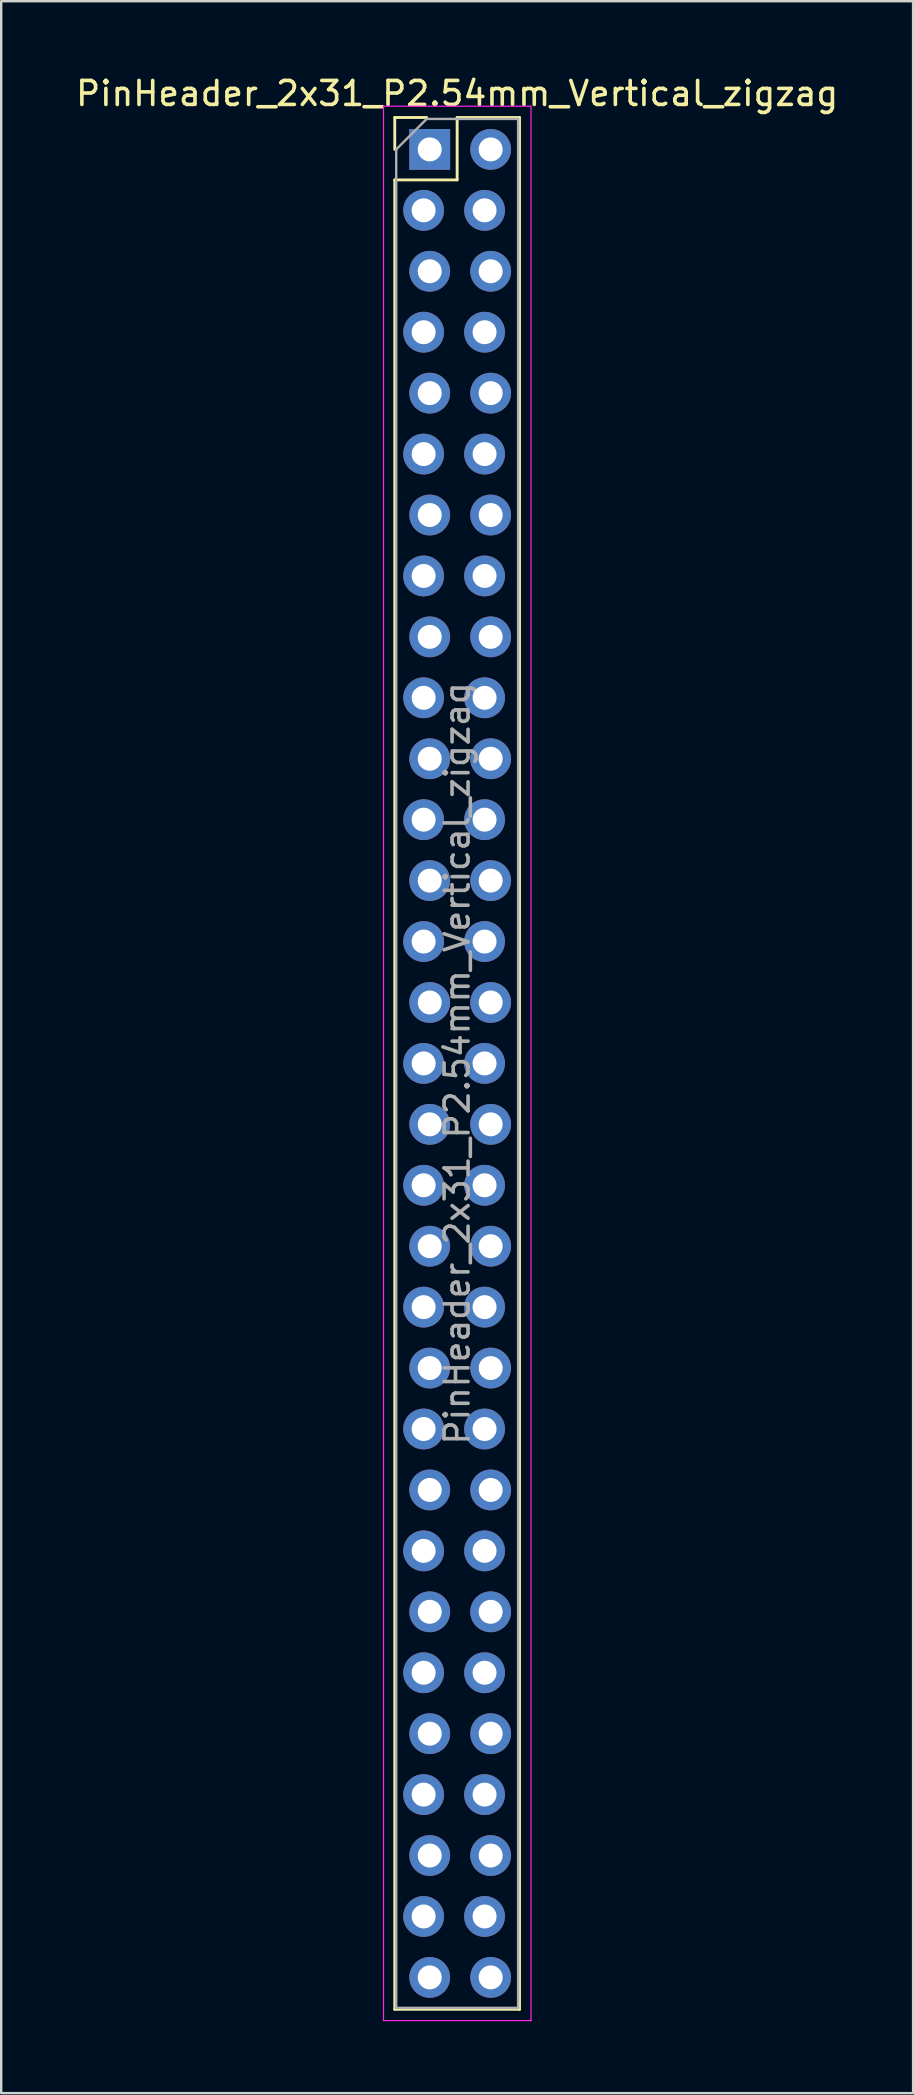
<source format=kicad_pcb>
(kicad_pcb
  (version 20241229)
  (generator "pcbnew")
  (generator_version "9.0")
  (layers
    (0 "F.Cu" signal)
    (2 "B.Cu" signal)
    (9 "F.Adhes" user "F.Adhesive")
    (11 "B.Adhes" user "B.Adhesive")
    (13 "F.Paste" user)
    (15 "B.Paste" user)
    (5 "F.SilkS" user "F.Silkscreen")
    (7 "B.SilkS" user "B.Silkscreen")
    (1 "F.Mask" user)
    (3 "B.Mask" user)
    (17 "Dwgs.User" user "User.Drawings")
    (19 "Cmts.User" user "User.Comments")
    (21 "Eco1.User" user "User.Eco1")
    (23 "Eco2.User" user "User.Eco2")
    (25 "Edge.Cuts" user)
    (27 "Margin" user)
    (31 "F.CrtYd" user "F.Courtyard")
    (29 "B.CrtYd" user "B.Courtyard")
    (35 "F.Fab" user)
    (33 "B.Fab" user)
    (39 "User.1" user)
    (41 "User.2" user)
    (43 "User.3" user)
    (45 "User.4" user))
  (footprint "PinHeader_2x31_P2.54mm_Vertical_zigzag"
    (layer "F.Cu")
    (at 14.736 3.178)
    (property "Reference" "PinHeader_2x31_P2.54mm_Vertical_zigzag" (at 1.27 -2.33 0) (layer "F.SilkS") (effects (font (size 1 1) (thickness 0.15))))
    (attr through_hole)
    (fp_line (start -1.33 -1.33) (end 0 -1.33) (stroke (width 0.12) (type solid)) (layer "F.SilkS"))
    (fp_line (start -1.33 0) (end -1.33 -1.33) (stroke (width 0.12) (type solid)) (layer "F.SilkS"))
    (fp_line (start -1.33 1.27) (end -1.33 77.53) (stroke (width 0.12) (type solid)) (layer "F.SilkS"))
    (fp_line (start -1.33 1.27) (end 1.27 1.27) (stroke (width 0.12) (type solid)) (layer "F.SilkS"))
    (fp_line (start -1.33 77.53) (end 3.87 77.53) (stroke (width 0.12) (type solid)) (layer "F.SilkS"))
    (fp_line (start 1.27 -1.33) (end 3.87 -1.33) (stroke (width 0.12) (type solid)) (layer "F.SilkS"))
    (fp_line (start 1.27 1.27) (end 1.27 -1.33) (stroke (width 0.12) (type solid)) (layer "F.SilkS"))
    (fp_line (start 3.87 -1.33) (end 3.87 77.53) (stroke (width 0.12) (type solid)) (layer "F.SilkS"))
    (fp_line (start -1.8 -1.8) (end -1.8 78) (stroke (width 0.05) (type solid)) (layer "F.CrtYd"))
    (fp_line (start -1.8 78) (end 4.35 78) (stroke (width 0.05) (type solid)) (layer "F.CrtYd"))
    (fp_line (start 4.35 -1.8) (end -1.8 -1.8) (stroke (width 0.05) (type solid)) (layer "F.CrtYd"))
    (fp_line (start 4.35 78) (end 4.35 -1.8) (stroke (width 0.05) (type solid)) (layer "F.CrtYd"))
    (fp_line (start -1.27 0) (end 0 -1.27) (stroke (width 0.1) (type solid)) (layer "F.Fab"))
    (fp_line (start -1.27 77.47) (end -1.27 0) (stroke (width 0.1) (type solid)) (layer "F.Fab"))
    (fp_line (start 0 -1.27) (end 3.81 -1.27) (stroke (width 0.1) (type solid)) (layer "F.Fab"))
    (fp_line (start 3.81 -1.27) (end 3.81 77.47) (stroke (width 0.1) (type solid)) (layer "F.Fab"))
    (fp_line (start 3.81 77.47) (end -1.27 77.47) (stroke (width 0.1) (type solid)) (layer "F.Fab"))
    (fp_text user "${REFERENCE}" (at 1.27 38.1 90) (layer "F.Fab") (effects (font (size 1 1) (thickness 0.15))))
    (pad "1" thru_hole rect (at 0.127 0) (size 1.7 1.7) (drill 1) (layers "*.Cu" "*.Mask"))
    (pad "2" thru_hole oval (at 2.667 0) (size 1.7 1.7) (drill 1) (layers "*.Cu" "*.Mask"))
    (pad "3" thru_hole oval (at -0.127 2.54) (size 1.7 1.7) (drill 1) (layers "*.Cu" "*.Mask"))
    (pad "4" thru_hole oval (at 2.413 2.54) (size 1.7 1.7) (drill 1) (layers "*.Cu" "*.Mask"))
    (pad "5" thru_hole oval (at 0.127 5.08) (size 1.7 1.7) (drill 1) (layers "*.Cu" "*.Mask"))
    (pad "6" thru_hole oval (at 2.667 5.08) (size 1.7 1.7) (drill 1) (layers "*.Cu" "*.Mask"))
    (pad "7" thru_hole oval (at -0.127 7.62) (size 1.7 1.7) (drill 1) (layers "*.Cu" "*.Mask"))
    (pad "8" thru_hole oval (at 2.413 7.62) (size 1.7 1.7) (drill 1) (layers "*.Cu" "*.Mask"))
    (pad "9" thru_hole oval (at 0.127 10.16) (size 1.7 1.7) (drill 1) (layers "*.Cu" "*.Mask"))
    (pad "10" thru_hole oval (at 2.667 10.16) (size 1.7 1.7) (drill 1) (layers "*.Cu" "*.Mask"))
    (pad "11" thru_hole oval (at -0.127 12.7) (size 1.7 1.7) (drill 1) (layers "*.Cu" "*.Mask"))
    (pad "12" thru_hole oval (at 2.413 12.7) (size 1.7 1.7) (drill 1) (layers "*.Cu" "*.Mask"))
    (pad "13" thru_hole oval (at 0.127 15.24) (size 1.7 1.7) (drill 1) (layers "*.Cu" "*.Mask"))
    (pad "14" thru_hole oval (at 2.667 15.24) (size 1.7 1.7) (drill 1) (layers "*.Cu" "*.Mask"))
    (pad "15" thru_hole oval (at -0.127 17.78) (size 1.7 1.7) (drill 1) (layers "*.Cu" "*.Mask"))
    (pad "16" thru_hole oval (at 2.413 17.78) (size 1.7 1.7) (drill 1) (layers "*.Cu" "*.Mask"))
    (pad "17" thru_hole oval (at 0.127 20.32) (size 1.7 1.7) (drill 1) (layers "*.Cu" "*.Mask"))
    (pad "18" thru_hole oval (at 2.667 20.32) (size 1.7 1.7) (drill 1) (layers "*.Cu" "*.Mask"))
    (pad "19" thru_hole oval (at -0.127 22.86) (size 1.7 1.7) (drill 1) (layers "*.Cu" "*.Mask"))
    (pad "20" thru_hole oval (at 2.413 22.86) (size 1.7 1.7) (drill 1) (layers "*.Cu" "*.Mask"))
    (pad "21" thru_hole oval (at 0.127 25.4) (size 1.7 1.7) (drill 1) (layers "*.Cu" "*.Mask"))
    (pad "22" thru_hole oval (at 2.667 25.4) (size 1.7 1.7) (drill 1) (layers "*.Cu" "*.Mask"))
    (pad "23" thru_hole oval (at -0.127 27.94) (size 1.7 1.7) (drill 1) (layers "*.Cu" "*.Mask"))
    (pad "24" thru_hole oval (at 2.413 27.94) (size 1.7 1.7) (drill 1) (layers "*.Cu" "*.Mask"))
    (pad "25" thru_hole oval (at 0.127 30.48) (size 1.7 1.7) (drill 1) (layers "*.Cu" "*.Mask"))
    (pad "26" thru_hole oval (at 2.667 30.48) (size 1.7 1.7) (drill 1) (layers "*.Cu" "*.Mask"))
    (pad "27" thru_hole oval (at -0.127 33.02) (size 1.7 1.7) (drill 1) (layers "*.Cu" "*.Mask"))
    (pad "28" thru_hole oval (at 2.413 33.02) (size 1.7 1.7) (drill 1) (layers "*.Cu" "*.Mask"))
    (pad "29" thru_hole oval (at 0.127 35.56) (size 1.7 1.7) (drill 1) (layers "*.Cu" "*.Mask"))
    (pad "30" thru_hole oval (at 2.667 35.56) (size 1.7 1.7) (drill 1) (layers "*.Cu" "*.Mask"))
    (pad "31" thru_hole oval (at -0.127 38.1) (size 1.7 1.7) (drill 1) (layers "*.Cu" "*.Mask"))
    (pad "32" thru_hole oval (at 2.413 38.1) (size 1.7 1.7) (drill 1) (layers "*.Cu" "*.Mask"))
    (pad "33" thru_hole oval (at 0.127 40.64) (size 1.7 1.7) (drill 1) (layers "*.Cu" "*.Mask"))
    (pad "34" thru_hole oval (at 2.667 40.64) (size 1.7 1.7) (drill 1) (layers "*.Cu" "*.Mask"))
    (pad "35" thru_hole oval (at -0.127 43.18) (size 1.7 1.7) (drill 1) (layers "*.Cu" "*.Mask"))
    (pad "36" thru_hole oval (at 2.413 43.18) (size 1.7 1.7) (drill 1) (layers "*.Cu" "*.Mask"))
    (pad "37" thru_hole oval (at 0.127 45.72) (size 1.7 1.7) (drill 1) (layers "*.Cu" "*.Mask"))
    (pad "38" thru_hole oval (at 2.667 45.72) (size 1.7 1.7) (drill 1) (layers "*.Cu" "*.Mask"))
    (pad "39" thru_hole oval (at -0.127 48.26) (size 1.7 1.7) (drill 1) (layers "*.Cu" "*.Mask"))
    (pad "40" thru_hole oval (at 2.413 48.26) (size 1.7 1.7) (drill 1) (layers "*.Cu" "*.Mask"))
    (pad "41" thru_hole oval (at 0.127 50.8) (size 1.7 1.7) (drill 1) (layers "*.Cu" "*.Mask"))
    (pad "42" thru_hole oval (at 2.667 50.8) (size 1.7 1.7) (drill 1) (layers "*.Cu" "*.Mask"))
    (pad "43" thru_hole oval (at -0.127 53.34) (size 1.7 1.7) (drill 1) (layers "*.Cu" "*.Mask"))
    (pad "44" thru_hole oval (at 2.413 53.34) (size 1.7 1.7) (drill 1) (layers "*.Cu" "*.Mask"))
    (pad "45" thru_hole oval (at 0.127 55.88) (size 1.7 1.7) (drill 1) (layers "*.Cu" "*.Mask"))
    (pad "46" thru_hole oval (at 2.667 55.88) (size 1.7 1.7) (drill 1) (layers "*.Cu" "*.Mask"))
    (pad "47" thru_hole oval (at -0.127 58.42) (size 1.7 1.7) (drill 1) (layers "*.Cu" "*.Mask"))
    (pad "48" thru_hole oval (at 2.413 58.42) (size 1.7 1.7) (drill 1) (layers "*.Cu" "*.Mask"))
    (pad "49" thru_hole oval (at 0.127 60.96) (size 1.7 1.7) (drill 1) (layers "*.Cu" "*.Mask"))
    (pad "50" thru_hole oval (at 2.667 60.96) (size 1.7 1.7) (drill 1) (layers "*.Cu" "*.Mask"))
    (pad "51" thru_hole oval (at -0.127 63.5) (size 1.7 1.7) (drill 1) (layers "*.Cu" "*.Mask"))
    (pad "52" thru_hole oval (at 2.413 63.5) (size 1.7 1.7) (drill 1) (layers "*.Cu" "*.Mask"))
    (pad "53" thru_hole oval (at 0.127 66.04) (size 1.7 1.7) (drill 1) (layers "*.Cu" "*.Mask"))
    (pad "54" thru_hole oval (at 2.667 66.04) (size 1.7 1.7) (drill 1) (layers "*.Cu" "*.Mask"))
    (pad "55" thru_hole oval (at -0.127 68.58) (size 1.7 1.7) (drill 1) (layers "*.Cu" "*.Mask"))
    (pad "56" thru_hole oval (at 2.413 68.58) (size 1.7 1.7) (drill 1) (layers "*.Cu" "*.Mask"))
    (pad "57" thru_hole oval (at 0.127 71.12) (size 1.7 1.7) (drill 1) (layers "*.Cu" "*.Mask"))
    (pad "58" thru_hole oval (at 2.667 71.12) (size 1.7 1.7) (drill 1) (layers "*.Cu" "*.Mask"))
    (pad "59" thru_hole oval (at -0.127 73.66) (size 1.7 1.7) (drill 1) (layers "*.Cu" "*.Mask"))
    (pad "60" thru_hole oval (at 2.413 73.66) (size 1.7 1.7) (drill 1) (layers "*.Cu" "*.Mask"))
    (pad "61" thru_hole oval (at 0.127 76.2) (size 1.7 1.7) (drill 1) (layers "*.Cu" "*.Mask"))
    (pad "62" thru_hole oval (at 2.667 76.2) (size 1.7 1.7) (drill 1) (layers "*.Cu" "*.Mask")))
  (gr_rect
    (start -3 -3)
    (end 35.012 84.203)
    (stroke (width 0.1) (type default))
    (fill no)
    (layer "Edge.Cuts")))
</source>
